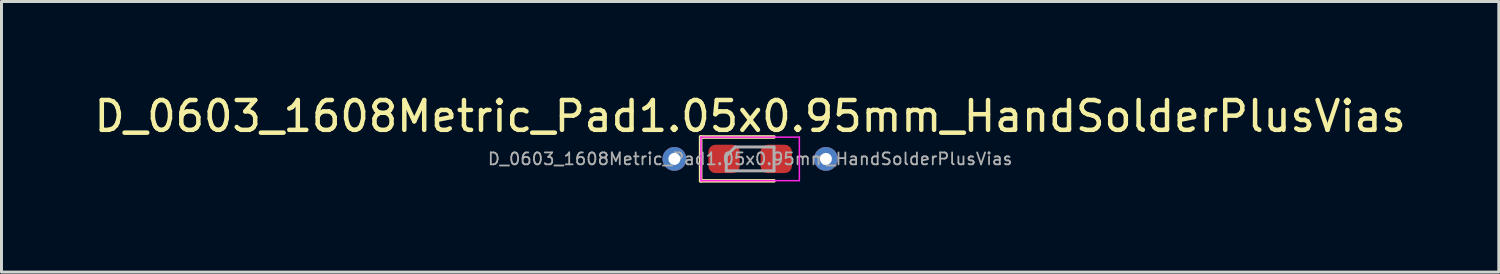
<source format=kicad_pcb>
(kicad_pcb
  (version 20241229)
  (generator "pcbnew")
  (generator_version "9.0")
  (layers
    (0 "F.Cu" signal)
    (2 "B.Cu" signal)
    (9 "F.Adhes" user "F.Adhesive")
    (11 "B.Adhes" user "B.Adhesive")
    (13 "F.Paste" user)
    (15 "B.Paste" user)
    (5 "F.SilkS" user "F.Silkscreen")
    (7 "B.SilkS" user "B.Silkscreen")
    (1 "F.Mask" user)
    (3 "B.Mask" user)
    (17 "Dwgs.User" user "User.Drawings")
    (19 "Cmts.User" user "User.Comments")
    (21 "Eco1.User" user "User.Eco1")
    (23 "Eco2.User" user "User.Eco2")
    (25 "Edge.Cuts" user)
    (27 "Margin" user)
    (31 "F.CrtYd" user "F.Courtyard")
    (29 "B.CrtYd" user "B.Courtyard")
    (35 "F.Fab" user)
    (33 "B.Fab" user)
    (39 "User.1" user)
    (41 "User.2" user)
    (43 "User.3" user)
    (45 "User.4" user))
  (footprint "D_0603_1608Metric_Pad1.05x0.95mm_HandSolderPlusVias"
    (layer "F.Cu")
    (at 22.101 2.278)
    (property "Reference" "D_0603_1608Metric_Pad1.05x0.95mm_HandSolderPlusVias" (at 0 -1.43 0) (layer "F.SilkS") (effects (font (size 1 1) (thickness 0.15))))
    (attr smd)
    (fp_line (start -1.66 -0.735) (end -1.66 0.735) (stroke (width 0.12) (type solid)) (layer "F.SilkS"))
    (fp_line (start -1.66 0.735) (end 0.8 0.735) (stroke (width 0.12) (type solid)) (layer "F.SilkS"))
    (fp_line (start 0.8 -0.735) (end -1.66 -0.735) (stroke (width 0.12) (type solid)) (layer "F.SilkS"))
    (fp_line (start -1.65 -0.73) (end 1.65 -0.73) (stroke (width 0.05) (type solid)) (layer "F.CrtYd"))
    (fp_line (start -1.65 0.73) (end -1.65 -0.73) (stroke (width 0.05) (type solid)) (layer "F.CrtYd"))
    (fp_line (start 1.65 -0.73) (end 1.65 0.73) (stroke (width 0.05) (type solid)) (layer "F.CrtYd"))
    (fp_line (start 1.65 0.73) (end -1.65 0.73) (stroke (width 0.05) (type solid)) (layer "F.CrtYd"))
    (fp_line (start -0.8 -0.1) (end -0.8 0.4) (stroke (width 0.1) (type solid)) (layer "F.Fab"))
    (fp_line (start -0.8 0.4) (end 0.8 0.4) (stroke (width 0.1) (type solid)) (layer "F.Fab"))
    (fp_line (start -0.5 -0.4) (end -0.8 -0.1) (stroke (width 0.1) (type solid)) (layer "F.Fab"))
    (fp_line (start 0.8 -0.4) (end -0.5 -0.4) (stroke (width 0.1) (type solid)) (layer "F.Fab"))
    (fp_line (start 0.8 0.4) (end 0.8 -0.4) (stroke (width 0.1) (type solid)) (layer "F.Fab"))
    (fp_text user "${REFERENCE}" (at 0 0 0) (layer "F.Fab") (effects (font (size 0.4 0.4) (thickness 0.06))))
    (pad "1" thru_hole circle (at -2.54 0) (size 0.8 0.8) (drill 0.4) (layers "*.Cu" "*.Mask"))
    (pad "1" smd roundrect (at -0.875 0) (size 1.05 0.95) (layers "F.Cu" "F.Mask" "F.Paste") (roundrect_rratio 0.25))
    (pad "2" smd roundrect (at 0.875 0) (size 1.05 0.95) (layers "F.Cu" "F.Mask" "F.Paste") (roundrect_rratio 0.25))
    (pad "2" thru_hole circle (at 2.54 0) (size 0.8 0.8) (drill 0.4) (layers "*.Cu" "*.Mask")))
  (gr_rect
    (start -3 -3)
    (end 47.202 6.073)
    (stroke (width 0.1) (type default))
    (fill no)
    (layer "Edge.Cuts")))
</source>
